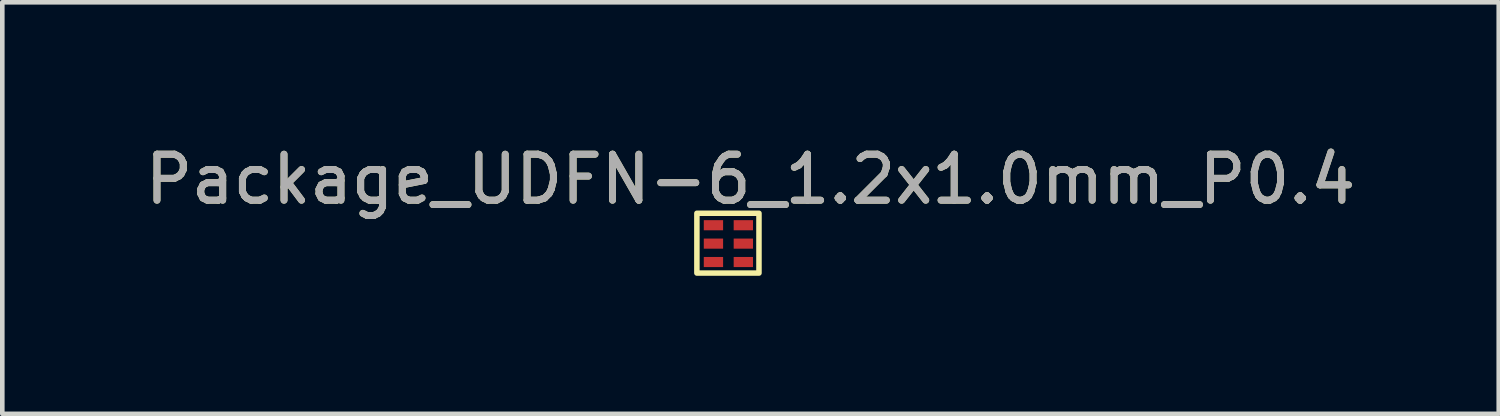
<source format=kicad_pcb>
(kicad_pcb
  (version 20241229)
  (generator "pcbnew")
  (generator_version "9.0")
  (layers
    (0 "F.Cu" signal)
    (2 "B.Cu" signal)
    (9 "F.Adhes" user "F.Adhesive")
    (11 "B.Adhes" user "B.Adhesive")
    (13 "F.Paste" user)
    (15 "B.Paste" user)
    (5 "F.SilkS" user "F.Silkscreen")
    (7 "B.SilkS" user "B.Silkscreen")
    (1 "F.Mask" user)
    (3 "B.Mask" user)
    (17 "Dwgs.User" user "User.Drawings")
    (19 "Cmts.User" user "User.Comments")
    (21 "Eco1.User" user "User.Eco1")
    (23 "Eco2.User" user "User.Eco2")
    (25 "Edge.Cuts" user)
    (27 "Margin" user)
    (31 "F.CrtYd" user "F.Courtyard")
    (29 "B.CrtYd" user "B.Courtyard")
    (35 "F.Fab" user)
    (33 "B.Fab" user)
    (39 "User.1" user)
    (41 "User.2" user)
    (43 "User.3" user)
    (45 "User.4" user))
  (footprint "Package_UDFN-6_1.2x1.0mm_P0.4"
    (layer "F.Cu")
    (at 12.252 1.737)
    (property "Reference" "Package_UDFN-6_1.2x1.0mm_P0.4" (at 1.016 -0.889 0) (unlocked yes) (layer "F.SilkS") (effects (font (size 1 1) (thickness 0.15))))
    (attr smd)
    (fp_rect (start -0.15 -0.15) (end 1.2 1.15) (stroke (width 0.12) (type solid)) (fill no) (layer "F.SilkS"))
    (fp_text user "${REFERENCE}" (at 1.016 -0.889 0) (unlocked yes) (layer "F.Fab") (effects (font (size 1 1) (thickness 0.15))))
    (pad "1" smd rect (at 0.65 0) (size 0.42 0.22) (drill (offset 0.21 0.11)) (layers "F.Cu" "F.Mask" "F.Paste"))
    (pad "2" smd rect (at 0.65 0.4) (size 0.42 0.22) (drill (offset 0.21 0.11)) (layers "F.Cu" "F.Mask" "F.Paste"))
    (pad "3" smd rect (at 0.65 0.8) (size 0.42 0.22) (drill (offset 0.21 0.11)) (layers "F.Cu" "F.Mask" "F.Paste"))
    (pad "4" smd rect (at 0 0.8) (size 0.42 0.22) (drill (offset 0.21 0.11)) (layers "F.Cu" "F.Mask" "F.Paste"))
    (pad "5" smd rect (at 0 0.4) (size 0.42 0.22) (drill (offset 0.21 0.11)) (layers "F.Cu" "F.Mask" "F.Paste"))
    (pad "6" smd rect (at 0 0) (size 0.42 0.22) (drill (offset 0.21 0.11)) (layers "F.Cu" "F.Mask" "F.Paste")))
  (gr_rect
    (start -3 -3)
    (end 29.536 5.947)
    (stroke (width 0.1) (type default))
    (fill no)
    (layer "Edge.Cuts")))
</source>
